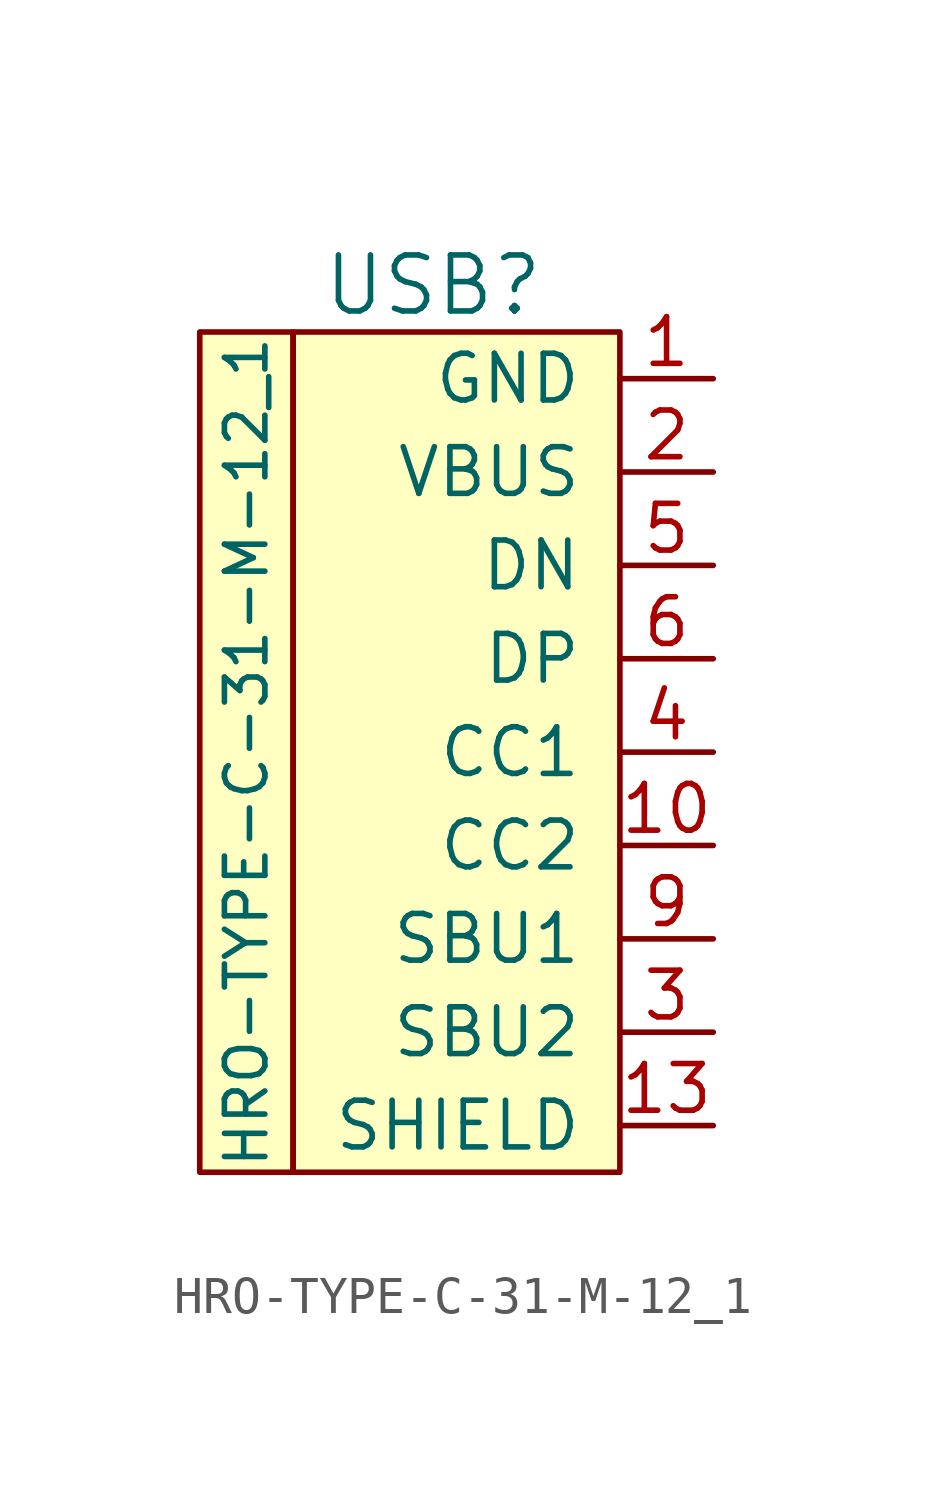
<source format=kicad_sym>
(kicad_symbol_lib
  (version 20211014)
  (generator kicad_symbol_editor)
  (symbol "HRO-TYPE-C-31-M-12_1"
    (pin_names
      (offset 1.016))
    (property "Reference" "USB"
      (at -5.08 16.51 0)
      (effects (font (size 1.524 1.524))))
    (property "Value" "HRO-TYPE-C-31-M-12_1"
      (at -10.16 3.81 90)
      (effects (font (size 1.1 1.1))))
    (symbol "HRO-TYPE-C-31-M-12_1_0_1"
      (rectangle (start -11.43 15.24) (end -8.89 -7.62) (stroke (width 0) (type default) (color 0 0 0 0)) (fill (type background)))
      (rectangle (start -8.89 15.24) (end 0 -7.62) (stroke (width 0) (type default) (color 0 0 0 0)) (fill (type background))))
    (symbol "HRO-TYPE-C-31-M-12_1_1_1"
      (pin power_out line (at 2.54 13.97 180) (length 2.54) (name "GND" (effects (font (size 1.27 1.27)))) (number "1" (effects (font (size 1.27 1.27)))))
      (pin passive line (at 2.54 1.27 180) (length 2.54) (name "CC2" (effects (font (size 1.27 1.27)))) (number "10" (effects (font (size 1.27 1.27)))))
      (pin power_out line (at 2.54 11.43 180) (length 2.54) hide (name "VBUS" (effects (font (size 1.27 1.27)))) (number "11" (effects (font (size 1.27 1.27)))))
      (pin power_out line (at 2.54 13.97 180) (length 2.54) hide (name "GND" (effects (font (size 1.27 1.27)))) (number "12" (effects (font (size 1.27 1.27)))))
      (pin passive line (at 2.54 -6.35 180) (length 2.54) (name "SHIELD" (effects (font (size 1.27 1.27)))) (number "13" (effects (font (size 1.27 1.27)))))
      (pin power_out line (at 2.54 11.43 180) (length 2.54) (name "VBUS" (effects (font (size 1.27 1.27)))) (number "2" (effects (font (size 1.27 1.27)))))
      (pin passive line (at 2.54 -3.81 180) (length 2.54) (name "SBU2" (effects (font (size 1.27 1.27)))) (number "3" (effects (font (size 1.27 1.27)))))
      (pin passive line (at 2.54 3.81 180) (length 2.54) (name "CC1" (effects (font (size 1.27 1.27)))) (number "4" (effects (font (size 1.27 1.27)))))
      (pin bidirectional line (at 2.54 8.89 180) (length 2.54) (name "DN" (effects (font (size 1.27 1.27)))) (number "5" (effects (font (size 1.27 1.27)))))
      (pin bidirectional line (at 2.54 6.35 180) (length 2.54) (name "DP" (effects (font (size 1.27 1.27)))) (number "6" (effects (font (size 1.27 1.27)))))
      (pin bidirectional line (at 2.54 8.89 180) (length 2.54) hide (name "DN" (effects (font (size 1.27 1.27)))) (number "7" (effects (font (size 1.27 1.27)))))
      (pin bidirectional line (at 2.54 6.35 180) (length 2.54) hide (name "DP" (effects (font (size 1.27 1.27)))) (number "8" (effects (font (size 1.27 1.27)))))
      (pin passive line (at 2.54 -1.27 180) (length 2.54) (name "SBU1" (effects (font (size 1.27 1.27)))) (number "9" (effects (font (size 1.27 1.27))))))))
</source>
